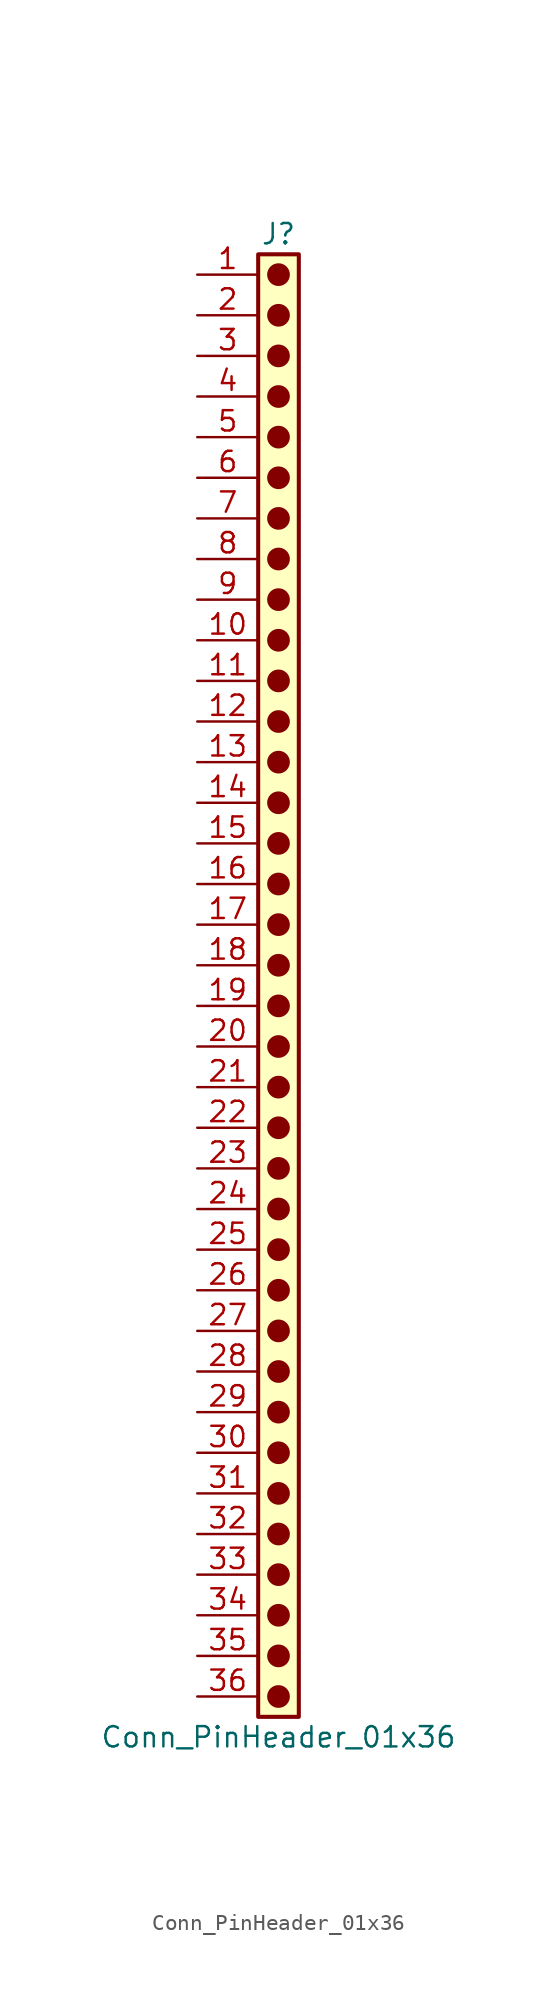
<source format=kicad_sym>
(kicad_symbol_lib
  (version 20241209)
  (generator "kicad_symbol_editor")
  (generator_version "9.0")
  (symbol "Conn_PinHeader_01x36"
    (pin_names
      (offset 1.016)
      (hide yes))
    (property "Reference" "J"
      (at 0 45.72 0)
      (effects (font (size 1.27 1.27))))
    (property "Value" "Conn_PinHeader_01x36"
      (at 0 -48.26 0)
      (effects (font (size 1.27 1.27))))
    (symbol "Conn_PinHeader_01x36_1_1"
      (rectangle (start -1.27 44.45) (end 1.27 -46.99) (stroke (width 0.254) (type default)) (fill (type background)))
      (circle (center 0 43.18) (radius 0.635) (stroke (width 0) (type solid) (color 132 0 0 1)) (fill (type outline)))
      (circle (center 0 40.64) (radius 0.635) (stroke (width 0) (type solid) (color 132 0 0 1)) (fill (type outline)))
      (circle (center 0 38.1) (radius 0.635) (stroke (width 0) (type solid) (color 132 0 0 1)) (fill (type outline)))
      (circle (center 0 35.56) (radius 0.635) (stroke (width 0) (type solid) (color 132 0 0 1)) (fill (type outline)))
      (circle (center 0 33.02) (radius 0.635) (stroke (width 0) (type solid) (color 132 0 0 1)) (fill (type outline)))
      (circle (center 0 30.48) (radius 0.635) (stroke (width 0) (type solid) (color 132 0 0 1)) (fill (type outline)))
      (circle (center 0 27.94) (radius 0.635) (stroke (width 0) (type solid) (color 132 0 0 1)) (fill (type outline)))
      (circle (center 0 25.4) (radius 0.635) (stroke (width 0) (type solid) (color 132 0 0 1)) (fill (type outline)))
      (circle (center 0 22.86) (radius 0.635) (stroke (width 0) (type solid) (color 132 0 0 1)) (fill (type outline)))
      (circle (center 0 20.32) (radius 0.635) (stroke (width 0) (type solid) (color 132 0 0 1)) (fill (type outline)))
      (circle (center 0 17.78) (radius 0.635) (stroke (width 0) (type solid) (color 132 0 0 1)) (fill (type outline)))
      (circle (center 0 15.24) (radius 0.635) (stroke (width 0) (type solid) (color 132 0 0 1)) (fill (type outline)))
      (circle (center 0 12.7) (radius 0.635) (stroke (width 0) (type solid) (color 132 0 0 1)) (fill (type outline)))
      (circle (center 0 10.16) (radius 0.635) (stroke (width 0) (type solid) (color 132 0 0 1)) (fill (type outline)))
      (circle (center 0 7.62) (radius 0.635) (stroke (width 0) (type solid) (color 132 0 0 1)) (fill (type outline)))
      (circle (center 0 5.08) (radius 0.635) (stroke (width 0) (type solid) (color 132 0 0 1)) (fill (type outline)))
      (circle (center 0 2.54) (radius 0.635) (stroke (width 0) (type solid) (color 132 0 0 1)) (fill (type outline)))
      (circle (center 0 0) (radius 0.635) (stroke (width 0) (type solid) (color 132 0 0 1)) (fill (type outline)))
      (circle (center 0 -2.54) (radius 0.635) (stroke (width 0) (type solid) (color 132 0 0 1)) (fill (type outline)))
      (circle (center 0 -5.08) (radius 0.635) (stroke (width 0) (type solid) (color 132 0 0 1)) (fill (type outline)))
      (circle (center 0 -7.62) (radius 0.635) (stroke (width 0) (type solid) (color 132 0 0 1)) (fill (type outline)))
      (circle (center 0 -10.16) (radius 0.635) (stroke (width 0) (type solid) (color 132 0 0 1)) (fill (type outline)))
      (circle (center 0 -12.7) (radius 0.635) (stroke (width 0) (type solid) (color 132 0 0 1)) (fill (type outline)))
      (circle (center 0 -15.24) (radius 0.635) (stroke (width 0) (type solid) (color 132 0 0 1)) (fill (type outline)))
      (circle (center 0 -17.78) (radius 0.635) (stroke (width 0) (type solid) (color 132 0 0 1)) (fill (type outline)))
      (circle (center 0 -20.32) (radius 0.635) (stroke (width 0) (type solid) (color 132 0 0 1)) (fill (type outline)))
      (circle (center 0 -22.86) (radius 0.635) (stroke (width 0) (type solid) (color 132 0 0 1)) (fill (type outline)))
      (circle (center 0 -25.4) (radius 0.635) (stroke (width 0) (type solid) (color 132 0 0 1)) (fill (type outline)))
      (circle (center 0 -27.94) (radius 0.635) (stroke (width 0) (type solid) (color 132 0 0 1)) (fill (type outline)))
      (circle (center 0 -30.48) (radius 0.635) (stroke (width 0) (type solid) (color 132 0 0 1)) (fill (type outline)))
      (circle (center 0 -33.02) (radius 0.635) (stroke (width 0) (type solid) (color 132 0 0 1)) (fill (type outline)))
      (circle (center 0 -35.56) (radius 0.635) (stroke (width 0) (type solid) (color 132 0 0 1)) (fill (type outline)))
      (circle (center 0 -38.1) (radius 0.635) (stroke (width 0) (type solid) (color 132 0 0 1)) (fill (type outline)))
      (circle (center 0 -40.64) (radius 0.635) (stroke (width 0) (type solid) (color 132 0 0 1)) (fill (type outline)))
      (circle (center 0 -43.18) (radius 0.635) (stroke (width 0) (type solid) (color 132 0 0 1)) (fill (type outline)))
      (circle (center 0 -45.72) (radius 0.635) (stroke (width 0) (type solid) (color 132 0 0 1)) (fill (type outline)))
      (pin passive line (at -5.08 43.18 0) (length 3.81) (name "Pin_1" (effects (font (size 1.27 1.27)))) (number "1" (effects (font (size 1.27 1.27)))))
      (pin passive line (at -5.08 40.64 0) (length 3.81) (name "Pin_2" (effects (font (size 1.27 1.27)))) (number "2" (effects (font (size 1.27 1.27)))))
      (pin passive line (at -5.08 38.1 0) (length 3.81) (name "Pin_3" (effects (font (size 1.27 1.27)))) (number "3" (effects (font (size 1.27 1.27)))))
      (pin passive line (at -5.08 35.56 0) (length 3.81) (name "Pin_4" (effects (font (size 1.27 1.27)))) (number "4" (effects (font (size 1.27 1.27)))))
      (pin passive line (at -5.08 33.02 0) (length 3.81) (name "Pin_5" (effects (font (size 1.27 1.27)))) (number "5" (effects (font (size 1.27 1.27)))))
      (pin passive line (at -5.08 30.48 0) (length 3.81) (name "Pin_6" (effects (font (size 1.27 1.27)))) (number "6" (effects (font (size 1.27 1.27)))))
      (pin passive line (at -5.08 27.94 0) (length 3.81) (name "Pin_7" (effects (font (size 1.27 1.27)))) (number "7" (effects (font (size 1.27 1.27)))))
      (pin passive line (at -5.08 25.4 0) (length 3.81) (name "Pin_8" (effects (font (size 1.27 1.27)))) (number "8" (effects (font (size 1.27 1.27)))))
      (pin passive line (at -5.08 22.86 0) (length 3.81) (name "Pin_9" (effects (font (size 1.27 1.27)))) (number "9" (effects (font (size 1.27 1.27)))))
      (pin passive line (at -5.08 20.32 0) (length 3.81) (name "Pin_10" (effects (font (size 1.27 1.27)))) (number "10" (effects (font (size 1.27 1.27)))))
      (pin passive line (at -5.08 17.78 0) (length 3.81) (name "Pin_11" (effects (font (size 1.27 1.27)))) (number "11" (effects (font (size 1.27 1.27)))))
      (pin passive line (at -5.08 15.24 0) (length 3.81) (name "Pin_12" (effects (font (size 1.27 1.27)))) (number "12" (effects (font (size 1.27 1.27)))))
      (pin passive line (at -5.08 12.7 0) (length 3.81) (name "Pin_13" (effects (font (size 1.27 1.27)))) (number "13" (effects (font (size 1.27 1.27)))))
      (pin passive line (at -5.08 10.16 0) (length 3.81) (name "Pin_14" (effects (font (size 1.27 1.27)))) (number "14" (effects (font (size 1.27 1.27)))))
      (pin passive line (at -5.08 7.62 0) (length 3.81) (name "Pin_15" (effects (font (size 1.27 1.27)))) (number "15" (effects (font (size 1.27 1.27)))))
      (pin passive line (at -5.08 5.08 0) (length 3.81) (name "Pin_16" (effects (font (size 1.27 1.27)))) (number "16" (effects (font (size 1.27 1.27)))))
      (pin passive line (at -5.08 2.54 0) (length 3.81) (name "Pin_17" (effects (font (size 1.27 1.27)))) (number "17" (effects (font (size 1.27 1.27)))))
      (pin passive line (at -5.08 0 0) (length 3.81) (name "Pin_18" (effects (font (size 1.27 1.27)))) (number "18" (effects (font (size 1.27 1.27)))))
      (pin passive line (at -5.08 -2.54 0) (length 3.81) (name "Pin_19" (effects (font (size 1.27 1.27)))) (number "19" (effects (font (size 1.27 1.27)))))
      (pin passive line (at -5.08 -5.08 0) (length 3.81) (name "Pin_20" (effects (font (size 1.27 1.27)))) (number "20" (effects (font (size 1.27 1.27)))))
      (pin passive line (at -5.08 -7.62 0) (length 3.81) (name "Pin_21" (effects (font (size 1.27 1.27)))) (number "21" (effects (font (size 1.27 1.27)))))
      (pin passive line (at -5.08 -10.16 0) (length 3.81) (name "Pin_22" (effects (font (size 1.27 1.27)))) (number "22" (effects (font (size 1.27 1.27)))))
      (pin passive line (at -5.08 -12.7 0) (length 3.81) (name "Pin_23" (effects (font (size 1.27 1.27)))) (number "23" (effects (font (size 1.27 1.27)))))
      (pin passive line (at -5.08 -15.24 0) (length 3.81) (name "Pin_24" (effects (font (size 1.27 1.27)))) (number "24" (effects (font (size 1.27 1.27)))))
      (pin passive line (at -5.08 -17.78 0) (length 3.81) (name "Pin_25" (effects (font (size 1.27 1.27)))) (number "25" (effects (font (size 1.27 1.27)))))
      (pin passive line (at -5.08 -20.32 0) (length 3.81) (name "Pin_26" (effects (font (size 1.27 1.27)))) (number "26" (effects (font (size 1.27 1.27)))))
      (pin passive line (at -5.08 -22.86 0) (length 3.81) (name "Pin_27" (effects (font (size 1.27 1.27)))) (number "27" (effects (font (size 1.27 1.27)))))
      (pin passive line (at -5.08 -25.4 0) (length 3.81) (name "Pin_28" (effects (font (size 1.27 1.27)))) (number "28" (effects (font (size 1.27 1.27)))))
      (pin passive line (at -5.08 -27.94 0) (length 3.81) (name "Pin_29" (effects (font (size 1.27 1.27)))) (number "29" (effects (font (size 1.27 1.27)))))
      (pin passive line (at -5.08 -30.48 0) (length 3.81) (name "Pin_30" (effects (font (size 1.27 1.27)))) (number "30" (effects (font (size 1.27 1.27)))))
      (pin passive line (at -5.08 -33.02 0) (length 3.81) (name "Pin_31" (effects (font (size 1.27 1.27)))) (number "31" (effects (font (size 1.27 1.27)))))
      (pin passive line (at -5.08 -35.56 0) (length 3.81) (name "Pin_32" (effects (font (size 1.27 1.27)))) (number "32" (effects (font (size 1.27 1.27)))))
      (pin passive line (at -5.08 -38.1 0) (length 3.81) (name "Pin_33" (effects (font (size 1.27 1.27)))) (number "33" (effects (font (size 1.27 1.27)))))
      (pin passive line (at -5.08 -40.64 0) (length 3.81) (name "Pin_34" (effects (font (size 1.27 1.27)))) (number "34" (effects (font (size 1.27 1.27)))))
      (pin passive line (at -5.08 -43.18 0) (length 3.81) (name "Pin_35" (effects (font (size 1.27 1.27)))) (number "35" (effects (font (size 1.27 1.27)))))
      (pin passive line (at -5.08 -45.72 0) (length 3.81) (name "Pin_36" (effects (font (size 1.27 1.27)))) (number "36" (effects (font (size 1.27 1.27))))))))
</source>
